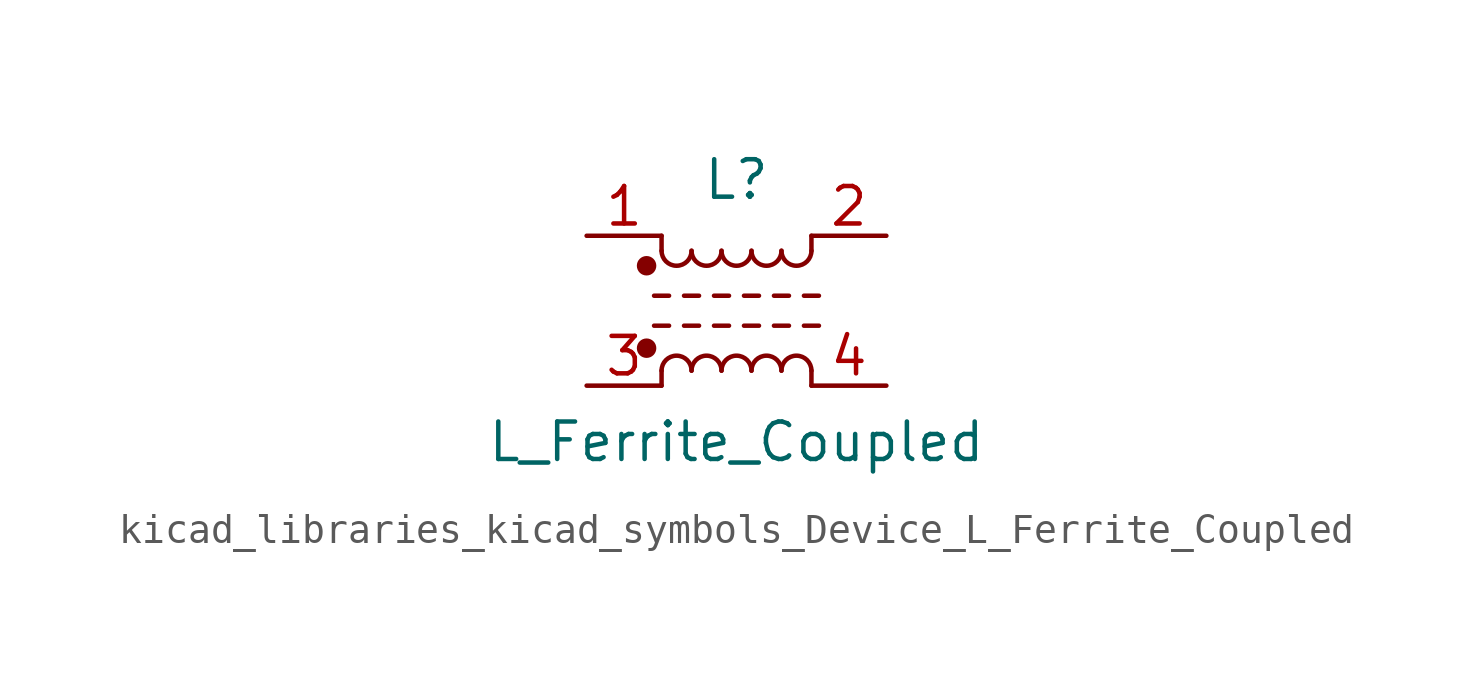
<source format=kicad_sym>
(kicad_symbol_lib
  (version 20220914)
  (generator kicad_symbol_editor)
  (symbol "kicad_libraries_kicad_symbols_Device_L_Ferrite_Coupled"
    (pin_names
      (offset 0.254) hide)
    (property "Reference" "L"
      (at 0 4.445 0)
      (effects (font (size 1.27 1.27))))
    (property "Value" "L_Ferrite_Coupled"
      (at 0 -4.445 0)
      (effects (font (size 1.27 1.27))))
    (symbol "kicad_libraries_kicad_symbols_Device_L_Ferrite_Coupled_0_1"
      (circle (center -3.048 -1.27) (radius 0.254) (stroke (width 0) (type default)) (fill (type outline)))
      (circle (center -3.048 1.524) (radius 0.254) (stroke (width 0) (type default)) (fill (type outline)))
      (arc (start -2.54 2.032) (mid -2.032 1.5262) (end -1.524 2.032) (stroke (width 0) (type default)) (fill (type none)))
      (arc (start -1.524 -2.032) (mid -2.032 -1.5262) (end -2.54 -2.032) (stroke (width 0) (type default)) (fill (type none)))
      (arc (start -1.524 2.032) (mid -1.016 1.5262) (end -0.508 2.032) (stroke (width 0) (type default)) (fill (type none)))
      (arc (start -0.508 -2.032) (mid -1.016 -1.5262) (end -1.524 -2.032) (stroke (width 0) (type default)) (fill (type none)))
      (arc (start -0.508 2.032) (mid 0 1.5262) (end 0.508 2.032) (stroke (width 0) (type default)) (fill (type none)))
      (polyline (pts (xy -2.794 -0.508) (xy -2.286 -0.508)) (stroke (width 0) (type default)) (fill (type none)))
      (polyline (pts (xy -2.794 0.508) (xy -2.286 0.508)) (stroke (width 0) (type default)) (fill (type none)))
      (polyline (pts (xy -2.54 -2.032) (xy -2.54 -2.54)) (stroke (width 0) (type default)) (fill (type none)))
      (polyline (pts (xy -2.54 2.032) (xy -2.54 2.54)) (stroke (width 0) (type default)) (fill (type none)))
      (polyline (pts (xy -1.778 -0.508) (xy -1.27 -0.508)) (stroke (width 0) (type default)) (fill (type none)))
      (polyline (pts (xy -1.778 0.508) (xy -1.27 0.508)) (stroke (width 0) (type default)) (fill (type none)))
      (polyline (pts (xy -0.762 -0.508) (xy -0.254 -0.508)) (stroke (width 0) (type default)) (fill (type none)))
      (polyline (pts (xy -0.762 0.508) (xy -0.254 0.508)) (stroke (width 0) (type default)) (fill (type none)))
      (polyline (pts (xy 0.254 -0.508) (xy 0.762 -0.508)) (stroke (width 0) (type default)) (fill (type none)))
      (polyline (pts (xy 0.254 0.508) (xy 0.762 0.508)) (stroke (width 0) (type default)) (fill (type none)))
      (polyline (pts (xy 1.27 -0.508) (xy 1.778 -0.508)) (stroke (width 0) (type default)) (fill (type none)))
      (polyline (pts (xy 1.27 0.508) (xy 1.778 0.508)) (stroke (width 0) (type default)) (fill (type none)))
      (polyline (pts (xy 2.286 -0.508) (xy 2.794 -0.508)) (stroke (width 0) (type default)) (fill (type none)))
      (polyline (pts (xy 2.286 0.508) (xy 2.794 0.508)) (stroke (width 0) (type default)) (fill (type none)))
      (polyline (pts (xy 2.54 -2.032) (xy 2.54 -2.54)) (stroke (width 0) (type default)) (fill (type none)))
      (polyline (pts (xy 2.54 2.54) (xy 2.54 2.032)) (stroke (width 0) (type default)) (fill (type none)))
      (arc (start 0.508 -2.032) (mid 0 -1.5262) (end -0.508 -2.032) (stroke (width 0) (type default)) (fill (type none)))
      (arc (start 0.508 2.032) (mid 1.016 1.5262) (end 1.524 2.032) (stroke (width 0) (type default)) (fill (type none)))
      (arc (start 1.524 -2.032) (mid 1.016 -1.5262) (end 0.508 -2.032) (stroke (width 0) (type default)) (fill (type none)))
      (arc (start 1.524 2.032) (mid 2.032 1.5262) (end 2.54 2.032) (stroke (width 0) (type default)) (fill (type none)))
      (arc (start 2.54 -2.032) (mid 2.032 -1.5262) (end 1.524 -2.032) (stroke (width 0) (type default)) (fill (type none))))
    (symbol "kicad_libraries_kicad_symbols_Device_L_Ferrite_Coupled_1_1"
      (pin passive line (at -5.08 2.54 0) (length 2.54) (name "1" (effects (font (size 1.27 1.27)))) (number "1" (effects (font (size 1.27 1.27)))))
      (pin passive line (at 5.08 2.54 180) (length 2.54) (name "2" (effects (font (size 1.27 1.27)))) (number "2" (effects (font (size 1.27 1.27)))))
      (pin passive line (at -5.08 -2.54 0) (length 2.54) (name "3" (effects (font (size 1.27 1.27)))) (number "3" (effects (font (size 1.27 1.27)))))
      (pin passive line (at 5.08 -2.54 180) (length 2.54) (name "4" (effects (font (size 1.27 1.27)))) (number "4" (effects (font (size 1.27 1.27))))))))
</source>
